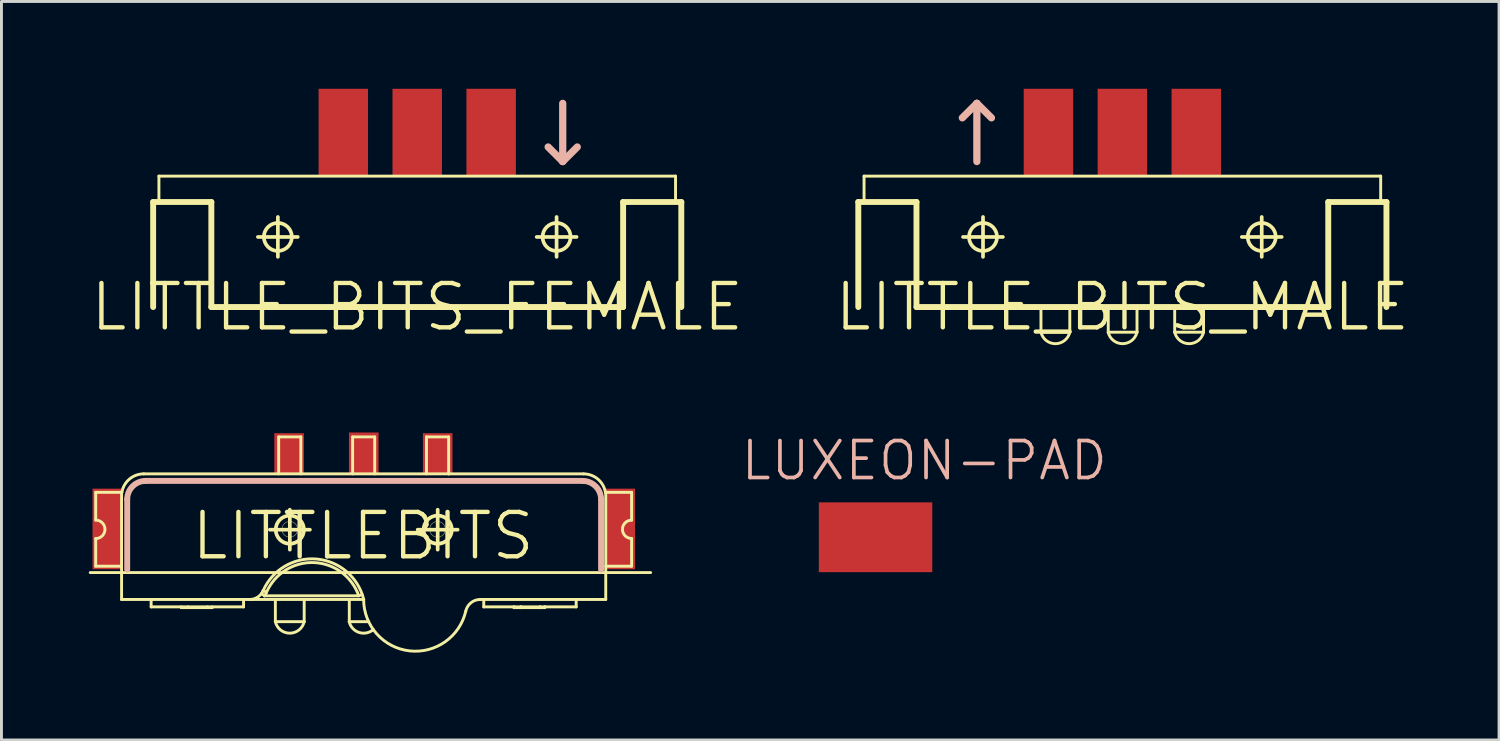
<source format=kicad_pcb>
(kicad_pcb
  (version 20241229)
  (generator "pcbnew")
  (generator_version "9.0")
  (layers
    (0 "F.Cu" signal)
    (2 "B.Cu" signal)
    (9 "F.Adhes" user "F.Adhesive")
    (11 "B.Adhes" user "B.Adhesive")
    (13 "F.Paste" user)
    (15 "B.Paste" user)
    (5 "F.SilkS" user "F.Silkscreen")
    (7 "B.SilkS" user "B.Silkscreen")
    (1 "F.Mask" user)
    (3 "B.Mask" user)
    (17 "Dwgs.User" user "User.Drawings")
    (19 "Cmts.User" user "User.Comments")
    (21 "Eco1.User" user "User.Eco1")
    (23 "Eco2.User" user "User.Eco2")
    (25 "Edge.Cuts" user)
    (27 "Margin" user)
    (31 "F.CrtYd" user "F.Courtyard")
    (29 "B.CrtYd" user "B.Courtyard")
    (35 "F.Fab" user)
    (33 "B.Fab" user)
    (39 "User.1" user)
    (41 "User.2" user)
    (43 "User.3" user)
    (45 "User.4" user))
  (footprint "LUXEON-PAD"
    (layer "F.Cu")
    (at 27.032 15.409)
    (property "Reference" "LUXEON-PAD" (at 1.674 -2.634 0) (layer "B.SilkS") (effects (font (size 1.27 1.27) (thickness 0.127))))
    (attr smd)
    (pad "P$1" smd rect (at 0 0) (size 3.899 2.398) (layers "F.Cu" "F.Mask" "F.Paste")))
  (footprint "LITTLEBITS"
    (layer "F.Cu")
    (at 9.423 15.365)
    (property "Reference" "LITTLEBITS" (at 0 0 0) (layer "F.SilkS") (effects (font (size 1.524 1.524) (thickness 0.15))))
    (attr smd)
    (fp_line (start -9.373 1.257) (end 9.881 1.257) (stroke (width 0.1) (type solid)) (layer "F.SilkS"))
    (fp_line (start -9.185 -1.499) (end -9.185 -0.546) (stroke (width 0.1) (type solid)) (layer "F.SilkS"))
    (fp_line (start -9.185 -1.499) (end -8.285 -1.499) (stroke (width 0.1) (type solid)) (layer "F.SilkS"))
    (fp_line (start -9.185 0.086) (end -9.185 1.039) (stroke (width 0.1) (type solid)) (layer "F.SilkS"))
    (fp_line (start -8.296 -1.499) (end -8.296 1.039) (stroke (width 0.1) (type solid)) (layer "F.SilkS"))
    (fp_line (start -8.296 1.039) (end -9.185 1.039) (stroke (width 0.1) (type solid)) (layer "F.SilkS"))
    (fp_line (start -8.296 1.039) (end -8.296 2.182) (stroke (width 0.1) (type solid)) (layer "F.SilkS"))
    (fp_line (start -8.296 2.182) (end -3.896 2.182) (stroke (width 0.1) (type solid)) (layer "F.SilkS"))
    (fp_line (start -7.534 -2.134) (end 2.941 -2.134) (stroke (width 0.1) (type solid)) (layer "F.SilkS"))
    (fp_line (start -7.28 2.182) (end -7.28 2.436) (stroke (width 0.1) (type solid)) (layer "F.SilkS"))
    (fp_line (start -6.243 2.436) (end -6.243 2.461) (stroke (width 0.1) (type solid)) (layer "F.SilkS"))
    (fp_line (start -6.005 2.436) (end -6.005 2.461) (stroke (width 0.1) (type solid)) (layer "F.SilkS"))
    (fp_line (start -5.344 2.436) (end -5.344 2.461) (stroke (width 0.1) (type solid)) (layer "F.SilkS"))
    (fp_line (start -5.184 2.436) (end -5.184 2.461) (stroke (width 0.1) (type solid)) (layer "F.SilkS"))
    (fp_line (start -5.184 2.461) (end -6.243 2.461) (stroke (width 0.1) (type solid)) (layer "F.SilkS"))
    (fp_line (start -4.105 2.182) (end -4.105 2.436) (stroke (width 0.1) (type solid)) (layer "F.SilkS"))
    (fp_line (start -4.105 2.436) (end -7.28 2.436) (stroke (width 0.1) (type solid)) (layer "F.SilkS"))
    (fp_line (start -3.896 2.182) (end -0.472 2.182) (stroke (width 0.1) (type solid)) (layer "F.SilkS"))
    (fp_line (start -3.432 1.88) (end -3.432 1.88) (stroke (width 0.1) (type solid)) (layer "F.SilkS"))
    (fp_line (start -3.388 2.055) (end -3.49 1.979) (stroke (width 0.1) (type solid)) (layer "F.SilkS"))
    (fp_line (start -3.388 2.055) (end -0.147 2.055) (stroke (width 0.1) (type solid)) (layer "F.SilkS"))
    (fp_line (start -3.315 1.93) (end -3.432 1.88) (stroke (width 0.1) (type solid)) (layer "F.SilkS"))
    (fp_line (start -3.2 -0.216) (end -1.826 -0.216) (stroke (width 0.127) (type solid)) (layer "F.SilkS"))
    (fp_line (start -3.012 2.182) (end -3.012 2.944) (stroke (width 0.1) (type solid)) (layer "F.SilkS"))
    (fp_line (start -3.012 2.944) (end -2.022 2.944) (stroke (width 0.1) (type solid)) (layer "F.SilkS"))
    (fp_line (start -2.898 -3.404) (end -2.136 -3.404) (stroke (width 0.1) (type solid)) (layer "F.SilkS"))
    (fp_line (start -2.898 -2.134) (end -2.898 -3.404) (stroke (width 0.1) (type solid)) (layer "F.SilkS"))
    (fp_line (start -2.515 0.47) (end -2.515 -0.902) (stroke (width 0.127) (type solid)) (layer "F.SilkS"))
    (fp_line (start -2.136 -2.134) (end -2.136 -3.404) (stroke (width 0.1) (type solid)) (layer "F.SilkS"))
    (fp_line (start -2.022 2.182) (end -2.022 2.944) (stroke (width 0.1) (type solid)) (layer "F.SilkS"))
    (fp_line (start -0.472 2.182) (end -0.472 2.944) (stroke (width 0.1) (type solid)) (layer "F.SilkS"))
    (fp_line (start -0.472 2.182) (end 0.02 2.182) (stroke (width 0.1) (type solid)) (layer "F.SilkS"))
    (fp_line (start -0.472 2.944) (end 0.193 2.944) (stroke (width 0.1) (type solid)) (layer "F.SilkS"))
    (fp_line (start -0.358 -3.404) (end 0.401 -3.404) (stroke (width 0.1) (type solid)) (layer "F.SilkS"))
    (fp_line (start -0.358 -2.134) (end -0.358 -3.404) (stroke (width 0.1) (type solid)) (layer "F.SilkS"))
    (fp_line (start -0.147 2.055) (end -0.036 2.017) (stroke (width 0.1) (type solid)) (layer "F.SilkS"))
    (fp_line (start 0.02 2.182) (end 0.02 2.182) (stroke (width 0.1) (type solid)) (layer "F.SilkS"))
    (fp_line (start 0.401 -2.134) (end 0.401 -3.404) (stroke (width 0.1) (type solid)) (layer "F.SilkS"))
    (fp_line (start 1.877 -0.216) (end 3.251 -0.216) (stroke (width 0.127) (type solid)) (layer "F.SilkS"))
    (fp_line (start 2.179 -3.404) (end 2.941 -3.404) (stroke (width 0.1) (type solid)) (layer "F.SilkS"))
    (fp_line (start 2.179 -2.134) (end 2.179 -3.404) (stroke (width 0.1) (type solid)) (layer "F.SilkS"))
    (fp_line (start 2.565 0.47) (end 2.565 -0.902) (stroke (width 0.127) (type solid)) (layer "F.SilkS"))
    (fp_line (start 2.941 -2.134) (end 2.941 -3.404) (stroke (width 0.1) (type solid)) (layer "F.SilkS"))
    (fp_line (start 2.941 -2.134) (end 7.577 -2.134) (stroke (width 0.1) (type solid)) (layer "F.SilkS"))
    (fp_line (start 4.026 2.182) (end 4.148 2.182) (stroke (width 0.1) (type solid)) (layer "F.SilkS"))
    (fp_line (start 4.148 2.182) (end 4.148 2.436) (stroke (width 0.1) (type solid)) (layer "F.SilkS"))
    (fp_line (start 4.148 2.182) (end 7.323 2.182) (stroke (width 0.1) (type solid)) (layer "F.SilkS"))
    (fp_line (start 5.184 2.436) (end 4.148 2.436) (stroke (width 0.1) (type solid)) (layer "F.SilkS"))
    (fp_line (start 5.184 2.436) (end 5.184 2.461) (stroke (width 0.1) (type solid)) (layer "F.SilkS"))
    (fp_line (start 5.423 2.436) (end 5.184 2.436) (stroke (width 0.1) (type solid)) (layer "F.SilkS"))
    (fp_line (start 5.423 2.436) (end 5.423 2.461) (stroke (width 0.1) (type solid)) (layer "F.SilkS"))
    (fp_line (start 5.423 2.461) (end 5.184 2.461) (stroke (width 0.1) (type solid)) (layer "F.SilkS"))
    (fp_line (start 6.083 2.436) (end 5.423 2.436) (stroke (width 0.1) (type solid)) (layer "F.SilkS"))
    (fp_line (start 6.083 2.436) (end 6.083 2.461) (stroke (width 0.1) (type solid)) (layer "F.SilkS"))
    (fp_line (start 6.083 2.461) (end 5.423 2.461) (stroke (width 0.1) (type solid)) (layer "F.SilkS"))
    (fp_line (start 6.243 2.436) (end 6.083 2.436) (stroke (width 0.1) (type solid)) (layer "F.SilkS"))
    (fp_line (start 6.243 2.436) (end 6.243 2.461) (stroke (width 0.1) (type solid)) (layer "F.SilkS"))
    (fp_line (start 6.243 2.461) (end 6.083 2.461) (stroke (width 0.1) (type solid)) (layer "F.SilkS"))
    (fp_line (start 7.323 2.182) (end 7.323 2.436) (stroke (width 0.1) (type solid)) (layer "F.SilkS"))
    (fp_line (start 7.323 2.182) (end 8.339 2.182) (stroke (width 0.1) (type solid)) (layer "F.SilkS"))
    (fp_line (start 7.323 2.436) (end 6.243 2.436) (stroke (width 0.1) (type solid)) (layer "F.SilkS"))
    (fp_line (start 8.326 -1.499) (end 8.339 -1.499) (stroke (width 0.1) (type solid)) (layer "F.SilkS"))
    (fp_line (start 8.339 -1.499) (end 8.339 2.182) (stroke (width 0.1) (type solid)) (layer "F.SilkS"))
    (fp_line (start 8.339 -1.499) (end 9.228 -1.499) (stroke (width 0.1) (type solid)) (layer "F.SilkS"))
    (fp_line (start 8.339 1.039) (end 9.228 1.039) (stroke (width 0.1) (type solid)) (layer "F.SilkS"))
    (fp_line (start 9.228 -1.499) (end 9.228 -0.546) (stroke (width 0.1) (type solid)) (layer "F.SilkS"))
    (fp_line (start 9.228 0.086) (end 9.228 1.039) (stroke (width 0.1) (type solid)) (layer "F.SilkS"))
    (fp_arc (start -9.18464 -0.5461) (mid -8.86714 -0.2286) (end -9.18464 0.0889) (stroke (width 0.1) (type solid)) (layer "F.SilkS"))
    (fp_arc (start -8.28548 -1.4986) (mid -8.025919 -1.953883) (end -7.533802 -2.134091) (stroke (width 0.1) (type solid)) (layer "F.SilkS"))
    (fp_arc (start -3.43154 1.8796) (mid -3.619327 2.100051) (end -3.897028 2.182177) (stroke (width 0.1) (type solid)) (layer "F.SilkS"))
    (fp_arc (start -3.43154 1.8796) (mid -1.596493 0.791994) (end 0.023251 2.180056) (stroke (width 0.1) (type solid)) (layer "F.SilkS"))
    (fp_arc (start -3.3147 1.9304) (mid -3.34776 1.995076) (end -3.387982 2.055558) (stroke (width 0.1) (type solid)) (layer "F.SilkS"))
    (fp_arc (start -3.3147 1.9304) (mid -1.68864 0.913811) (end -0.146836 2.054145) (stroke (width 0.1) (type solid)) (layer "F.SilkS"))
    (fp_arc (start -2.02184 2.94386) (mid -2.515947 3.339851) (end -3.011909 2.946187) (stroke (width 0.1) (type solid)) (layer "F.SilkS"))
    (fp_arc (start 0.35306 3.21564) (mid -0.137485 3.314714) (end -0.474735 2.944967) (stroke (width 0.1) (type solid)) (layer "F.SilkS"))
    (fp_arc (start 3.5306 2.5781) (mid 1.599186 3.947687) (end 0.0213 2.182352) (stroke (width 0.1) (type solid)) (layer "F.SilkS"))
    (fp_arc (start 3.5306 2.5781) (mid 3.708192 2.293787) (end 4.024264 2.18211) (stroke (width 0.1) (type solid)) (layer "F.SilkS"))
    (fp_arc (start 7.57682 -2.1336) (mid 8.068659 -1.953613) (end 8.328149 -1.498678) (stroke (width 0.1) (type solid)) (layer "F.SilkS"))
    (fp_arc (start 9.22782 0.08636) (mid 8.91286 -0.2286) (end 9.22782 -0.54356) (stroke (width 0.1) (type solid)) (layer "F.SilkS"))
    (fp_circle (center -2.517 -0.229) (end -2.835 -0.546) (stroke (width 0.013) (type solid)) (fill no) (layer "F.SilkS"))
    (fp_circle (center -2.517 -0.229) (end -2.708 -0.419) (stroke (width 0.013) (type solid)) (fill no) (layer "F.SilkS"))
    (fp_circle (center -2.515 -0.216) (end -2.857 -0.559) (stroke (width 0.127) (type solid)) (fill no) (layer "F.SilkS"))
    (fp_circle (center 2.56 -0.229) (end 2.751 -0.419) (stroke (width 0.013) (type solid)) (fill no) (layer "F.SilkS"))
    (fp_circle (center 2.56 -0.229) (end 2.878 -0.546) (stroke (width 0.013) (type solid)) (fill no) (layer "F.SilkS"))
    (fp_circle (center 2.565 -0.216) (end 2.908 -0.559) (stroke (width 0.127) (type solid)) (fill no) (layer "F.SilkS"))
    (fp_line (start -8.103 1.156) (end -8.103 -1.257) (stroke (width 0.203) (type solid)) (layer "B.SilkS"))
    (fp_line (start -7.468 -1.892) (end 7.544 -1.892) (stroke (width 0.203) (type solid)) (layer "B.SilkS"))
    (fp_line (start 8.179 -1.257) (end 8.179 1.156) (stroke (width 0.203) (type solid)) (layer "B.SilkS"))
    (fp_arc (start -8.1026 -1.2573) (mid -7.916613 -1.706313) (end -7.4676 -1.8923) (stroke (width 0.2032) (type solid)) (layer "B.SilkS"))
    (fp_arc (start 7.5438 -1.8923) (mid 7.992813 -1.706313) (end 8.1788 -1.2573) (stroke (width 0.2032) (type solid)) (layer "B.SilkS"))
    (pad "P$1" smd rect (at -8.786 -0.241 90) (size 2.769 1.016) (layers "F.Cu" "F.Mask" "F.Paste"))
    (pad "P$2" smd rect (at 8.837 -0.241 90) (size 2.769 1.016) (layers "F.Cu" "F.Mask" "F.Paste"))
    (pad "P$3" smd rect (at -2.54 -2.832 90) (size 1.397 1.016) (layers "F.Cu" "F.Mask" "F.Paste"))
    (pad "P$4" smd rect (at 0.025 -2.857 90) (size 1.397 1.016) (layers "F.Cu" "F.Mask" "F.Paste"))
    (pad "P$5" smd rect (at 2.565 -2.832 90) (size 1.397 1.016) (layers "F.Cu" "F.Mask" "F.Paste")))
  (footprint "LITTLE_BITS_FEMALE"
    (layer "F.Cu")
    (at 11.285 7.499)
    (property "Reference" "LITTLE_BITS_FEMALE" (at 0 0 0) (layer "F.SilkS") (effects (font (size 1.524 1.524) (thickness 0.15))))
    (attr smd)
    (fp_line (start -9.073 -3.609) (end -9.073 0) (stroke (width 0.203) (type solid)) (layer "F.SilkS"))
    (fp_line (start -8.875 -4.498) (end -8.875 -3.609) (stroke (width 0.1) (type solid)) (layer "F.SilkS"))
    (fp_line (start -8.875 -4.498) (end 8.875 -4.498) (stroke (width 0.1) (type solid)) (layer "F.SilkS"))
    (fp_line (start -7.074 -3.609) (end -9.073 -3.609) (stroke (width 0.203) (type solid)) (layer "F.SilkS"))
    (fp_line (start -7.074 -3.609) (end -7.074 0) (stroke (width 0.203) (type solid)) (layer "F.SilkS"))
    (fp_line (start -5.474 -2.408) (end -4.105 -2.408) (stroke (width 0.127) (type solid)) (layer "F.SilkS"))
    (fp_line (start -4.788 -1.725) (end -4.788 -3.094) (stroke (width 0.127) (type solid)) (layer "F.SilkS"))
    (fp_line (start 4.105 -2.408) (end 5.474 -2.408) (stroke (width 0.127) (type solid)) (layer "F.SilkS"))
    (fp_line (start 4.788 -1.725) (end 4.788 -3.094) (stroke (width 0.127) (type solid)) (layer "F.SilkS"))
    (fp_line (start 7.074 0) (end -7.074 0) (stroke (width 0.203) (type solid)) (layer "F.SilkS"))
    (fp_line (start 7.074 0) (end 7.074 -3.609) (stroke (width 0.203) (type solid)) (layer "F.SilkS"))
    (fp_line (start 8.875 -4.498) (end 8.875 -3.609) (stroke (width 0.1) (type solid)) (layer "F.SilkS"))
    (fp_line (start 9.073 -3.609) (end 7.074 -3.609) (stroke (width 0.203) (type solid)) (layer "F.SilkS"))
    (fp_line (start 9.073 -3.609) (end 9.073 0) (stroke (width 0.203) (type solid)) (layer "F.SilkS"))
    (fp_circle (center -4.788 -2.408) (end -5.128 -2.748) (stroke (width 0.127) (type solid)) (fill no) (layer "F.SilkS"))
    (fp_circle (center 4.788 -2.408) (end 5.128 -2.748) (stroke (width 0.127) (type solid)) (fill no) (layer "F.SilkS"))
    (fp_line (start 4.999 -4.999) (end 4.498 -5.499) (stroke (width 0.249) (type solid)) (layer "B.SilkS"))
    (fp_line (start 4.999 -4.999) (end 4.999 -6.998) (stroke (width 0.249) (type solid)) (layer "B.SilkS"))
    (fp_line (start 5.499 -5.499) (end 4.999 -4.999) (stroke (width 0.249) (type solid)) (layer "B.SilkS"))
    (pad "SIG" smd rect (at 0 -5.999 90) (size 3 1.699) (layers "F.Cu" "F.Mask" "F.Paste"))
    (pad "V+" smd rect (at 2.54 -5.999 90) (size 3 1.699) (layers "F.Cu" "F.Mask" "F.Paste"))
    (pad "V-" smd rect (at -2.54 -5.999 90) (size 3 1.699) (layers "F.Cu" "F.Mask" "F.Paste")))
  (footprint "LITTLE_BITS_MALE"
    (layer "F.Cu")
    (at 35.512 7.499)
    (property "Reference" "LITTLE_BITS_MALE" (at 0 0 0) (layer "F.SilkS") (effects (font (size 1.524 1.524) (thickness 0.15))))
    (attr smd)
    (fp_line (start -9.073 -3.609) (end -9.073 0) (stroke (width 0.203) (type solid)) (layer "F.SilkS"))
    (fp_line (start -8.875 -4.498) (end -8.875 -3.609) (stroke (width 0.1) (type solid)) (layer "F.SilkS"))
    (fp_line (start -8.875 -4.498) (end 8.875 -4.498) (stroke (width 0.1) (type solid)) (layer "F.SilkS"))
    (fp_line (start -7.074 -3.609) (end -9.073 -3.609) (stroke (width 0.203) (type solid)) (layer "F.SilkS"))
    (fp_line (start -7.074 -3.609) (end -7.074 0) (stroke (width 0.203) (type solid)) (layer "F.SilkS"))
    (fp_line (start -5.474 -2.408) (end -4.105 -2.408) (stroke (width 0.127) (type solid)) (layer "F.SilkS"))
    (fp_line (start -4.788 -1.725) (end -4.788 -3.094) (stroke (width 0.127) (type solid)) (layer "F.SilkS"))
    (fp_line (start -2.797 0.102) (end -2.797 0.864) (stroke (width 0.1) (type solid)) (layer "F.SilkS"))
    (fp_line (start -2.797 0.864) (end -1.806 0.864) (stroke (width 0.1) (type solid)) (layer "F.SilkS"))
    (fp_line (start -1.806 0.102) (end -1.806 0.864) (stroke (width 0.1) (type solid)) (layer "F.SilkS"))
    (fp_line (start -0.485 0.102) (end -0.485 0.864) (stroke (width 0.1) (type solid)) (layer "F.SilkS"))
    (fp_line (start -0.485 0.864) (end 0.503 0.864) (stroke (width 0.1) (type solid)) (layer "F.SilkS"))
    (fp_line (start 0.503 0.102) (end 0.503 0.864) (stroke (width 0.1) (type solid)) (layer "F.SilkS"))
    (fp_line (start 1.798 0.102) (end 1.798 0.864) (stroke (width 0.1) (type solid)) (layer "F.SilkS"))
    (fp_line (start 1.798 0.864) (end 2.789 0.864) (stroke (width 0.1) (type solid)) (layer "F.SilkS"))
    (fp_line (start 2.789 0.102) (end 2.789 0.864) (stroke (width 0.1) (type solid)) (layer "F.SilkS"))
    (fp_line (start 4.105 -2.408) (end 5.474 -2.408) (stroke (width 0.127) (type solid)) (layer "F.SilkS"))
    (fp_line (start 4.788 -1.725) (end 4.788 -3.094) (stroke (width 0.127) (type solid)) (layer "F.SilkS"))
    (fp_line (start 7.074 0) (end -7.074 0) (stroke (width 0.203) (type solid)) (layer "F.SilkS"))
    (fp_line (start 7.074 0) (end 7.074 -3.609) (stroke (width 0.203) (type solid)) (layer "F.SilkS"))
    (fp_line (start 8.875 -4.498) (end 8.875 -3.609) (stroke (width 0.1) (type solid)) (layer "F.SilkS"))
    (fp_line (start 9.073 -3.609) (end 7.074 -3.609) (stroke (width 0.203) (type solid)) (layer "F.SilkS"))
    (fp_line (start 9.073 -3.609) (end 9.073 0) (stroke (width 0.203) (type solid)) (layer "F.SilkS"))
    (fp_arc (start -1.80594 0.8636) (mid -2.300047 1.259591) (end -2.796009 0.865927) (stroke (width 0.1) (type solid)) (layer "F.SilkS"))
    (fp_arc (start 0.50292 0.8636) (mid 0.008813 1.259591) (end -0.487149 0.865927) (stroke (width 0.1) (type solid)) (layer "F.SilkS"))
    (fp_arc (start 2.78892 0.8636) (mid 2.294813 1.259591) (end 1.798851 0.865927) (stroke (width 0.1) (type solid)) (layer "F.SilkS"))
    (fp_circle (center -4.788 -2.408) (end -5.128 -2.748) (stroke (width 0.127) (type solid)) (fill no) (layer "F.SilkS"))
    (fp_circle (center 4.788 -2.408) (end 5.128 -2.748) (stroke (width 0.127) (type solid)) (fill no) (layer "F.SilkS"))
    (fp_line (start -5.499 -6.5) (end -4.999 -6.998) (stroke (width 0.249) (type solid)) (layer "B.SilkS"))
    (fp_line (start -4.999 -6.998) (end -4.999 -4.999) (stroke (width 0.249) (type solid)) (layer "B.SilkS"))
    (fp_line (start -4.999 -6.998) (end -4.498 -6.5) (stroke (width 0.249) (type solid)) (layer "B.SilkS"))
    (pad "SIG" smd rect (at 0 -5.999 90) (size 3 1.699) (layers "F.Cu" "F.Mask" "F.Paste"))
    (pad "V+" smd rect (at -2.54 -5.999 90) (size 3 1.699) (layers "F.Cu" "F.Mask" "F.Paste"))
    (pad "V-" smd rect (at 2.54 -5.999 90) (size 3 1.699) (layers "F.Cu" "F.Mask" "F.Paste")))
  (gr_rect
    (start -3 -3)
    (end 48.454 22.374)
    (stroke (width 0.1) (type default))
    (fill no)
    (layer "Edge.Cuts")))
</source>
